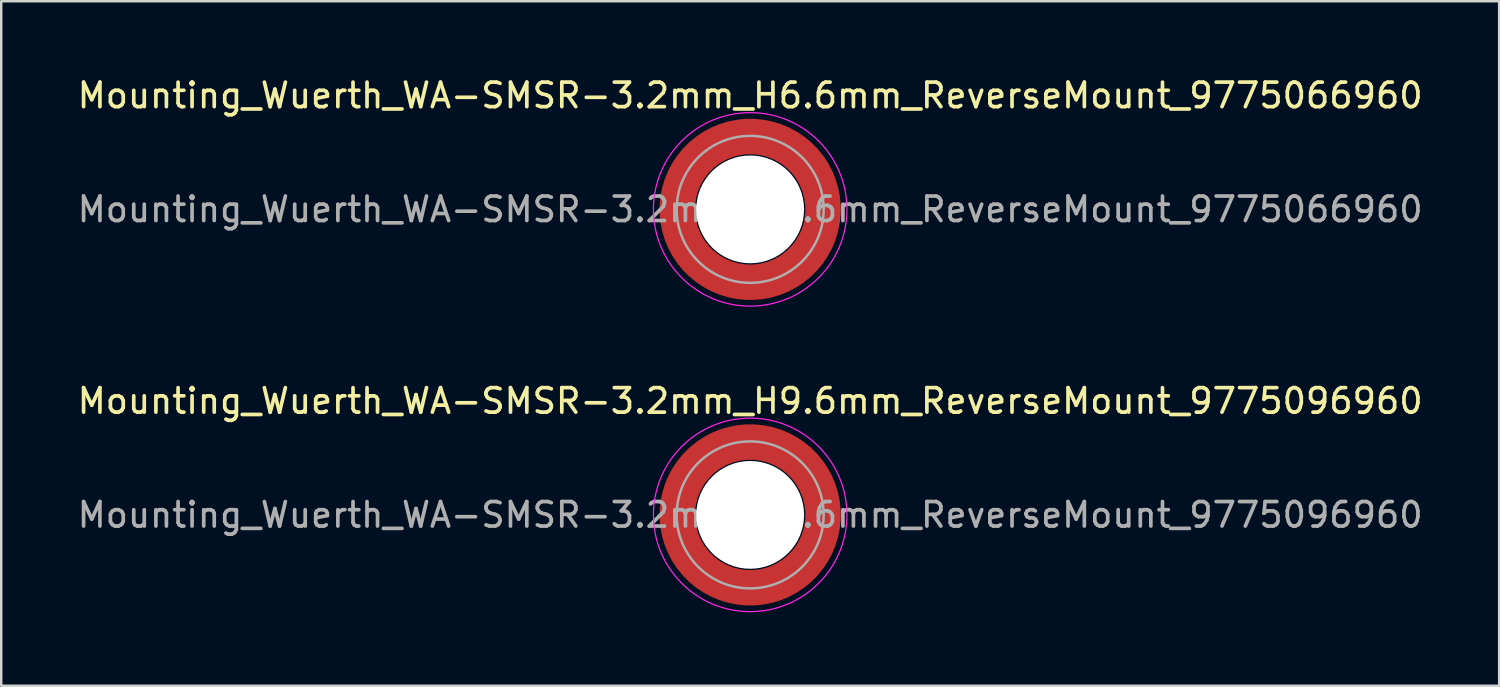
<source format=kicad_pcb>
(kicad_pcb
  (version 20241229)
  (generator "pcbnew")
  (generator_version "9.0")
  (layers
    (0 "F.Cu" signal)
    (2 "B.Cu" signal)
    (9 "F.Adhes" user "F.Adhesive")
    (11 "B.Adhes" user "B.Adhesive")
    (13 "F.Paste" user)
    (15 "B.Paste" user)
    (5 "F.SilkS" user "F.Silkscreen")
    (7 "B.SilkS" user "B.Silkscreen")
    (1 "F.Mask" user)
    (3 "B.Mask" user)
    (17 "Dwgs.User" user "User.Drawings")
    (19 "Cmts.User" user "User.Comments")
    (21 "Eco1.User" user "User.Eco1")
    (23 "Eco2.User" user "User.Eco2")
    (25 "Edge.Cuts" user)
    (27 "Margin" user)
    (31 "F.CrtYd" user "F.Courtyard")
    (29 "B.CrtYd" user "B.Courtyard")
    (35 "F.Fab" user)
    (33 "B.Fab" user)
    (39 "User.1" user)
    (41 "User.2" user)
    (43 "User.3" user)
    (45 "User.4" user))
  (footprint "Mounting_Wuerth_WA-SMSR-3.2mm_H9.6mm_ReverseMount_9775096960"
    (layer "F.Cu")
    (at 27.577 17.971)
    (property "Reference" "Mounting_Wuerth_WA-SMSR-3.2mm_H9.6mm_ReverseMount_9775096960" (at 0 -4.65 0) (layer "F.SilkS") (effects (font (size 1 1) (thickness 0.15))))
    (attr smd allow_soldermask_bridges)
    (fp_circle (center 0 0) (end 3.95 0) (stroke (width 0.05) (type solid)) (fill no) (layer "F.CrtYd"))
    (fp_circle (center 0 0) (end 3 0) (stroke (width 0.1) (type solid)) (fill no) (layer "F.Fab"))
    (fp_text user "${REFERENCE}" (at 0 0 0) (layer "F.Fab") (effects (font (size 1 1) (thickness 0.15))))
    (pad "" smd custom (at -2.095 -2.095) (size 0.672 0.672) (layers "F.Paste") (options (anchor circle)) (primitives (gr_arc (start -0.24231 1.594804) (mid 0.404819 0.404819) (end 1.594804 -0.24231) (width 0.2)) (gr_arc (start -0.3398 1.594804) (mid 0.337349 0.337349) (end 1.594804 -0.3398) (width 0.2)) (gr_arc (start -0.437132 1.594804) (mid 0.269879 0.269879) (end 1.594804 -0.437132) (width 0.2)) (gr_arc (start -0.534324 1.594804) (mid 0.202409 0.202409) (end 1.594804 -0.534324) (width 0.2)) (gr_arc (start -0.631391 1.594804) (mid 0.13494 0.13494) (end 1.594804 -0.631391) (width 0.2)) (gr_arc (start -0.728345 1.594804) (mid 0.06747 0.06747) (end 1.594804 -0.728345) (width 0.2)) (gr_arc (start -0.825197 1.594804) (mid 0 0) (end 1.594804 -0.825197) (width 0.2)) (gr_arc (start -0.921958 1.594804) (mid -0.06747 -0.06747) (end 1.594804 -0.921958) (width 0.2)) (gr_arc (start -1.018637 1.594804) (mid -0.13494 -0.13494) (end 1.594804 -1.018637) (width 0.2)) (gr_arc (start -1.115239 1.594804) (mid -0.202409 -0.202409) (end 1.594804 -1.115239) (width 0.2)) (gr_arc (start -1.211773 1.594804) (mid -0.269879 -0.269879) (end 1.594804 -1.211773) (width 0.2)) (gr_arc (start -1.308244 1.594804) (mid -0.337349 -0.337349) (end 1.594804 -1.308244) (width 0.2)) (gr_arc (start -1.404657 1.594804) (mid -0.404819 -0.404819) (end 1.594804 -1.404657) (width 0.2)) (gr_arc (start -1.404657 1.594804) (mid -0.404819 -0.404819) (end 1.594804 -1.404657) (width 0.2)) (gr_line (start 1.595 -0.242) (end 1.595 -1.405) (width 0.2)) (gr_line (start -0.242 1.595) (end -1.405 1.595) (width 0.2))))
    (pad "" smd custom (at -2.095 2.095) (size 0.672 0.672) (layers "F.Paste") (options (anchor circle)) (primitives (gr_arc (start 1.594804 0.24231) (mid 0.404819 -0.404819) (end -0.24231 -1.594804) (width 0.2)) (gr_arc (start 1.594804 0.3398) (mid 0.337349 -0.337349) (end -0.3398 -1.594804) (width 0.2)) (gr_arc (start 1.594804 0.437132) (mid 0.269879 -0.269879) (end -0.437132 -1.594804) (width 0.2)) (gr_arc (start 1.594804 0.534324) (mid 0.202409 -0.202409) (end -0.534324 -1.594804) (width 0.2)) (gr_arc (start 1.594804 0.631391) (mid 0.13494 -0.13494) (end -0.631391 -1.594804) (width 0.2)) (gr_arc (start 1.594804 0.728345) (mid 0.06747 -0.06747) (end -0.728345 -1.594804) (width 0.2)) (gr_arc (start 1.594804 0.825197) (mid 0 0) (end -0.825197 -1.594804) (width 0.2)) (gr_arc (start 1.594804 0.921958) (mid -0.06747 0.06747) (end -0.921958 -1.594804) (width 0.2)) (gr_arc (start 1.594804 1.018637) (mid -0.13494 0.13494) (end -1.018637 -1.594804) (width 0.2)) (gr_arc (start 1.594804 1.115239) (mid -0.202409 0.202409) (end -1.115239 -1.594804) (width 0.2)) (gr_arc (start 1.594804 1.211773) (mid -0.269879 0.269879) (end -1.211773 -1.594804) (width 0.2)) (gr_arc (start 1.594804 1.308244) (mid -0.337349 0.337349) (end -1.308244 -1.594804) (width 0.2)) (gr_arc (start 1.594804 1.404657) (mid -0.404819 0.404819) (end -1.404657 -1.594804) (width 0.2)) (gr_arc (start 1.594804 1.404657) (mid -0.404819 0.404819) (end -1.404657 -1.594804) (width 0.2)) (gr_line (start -0.242 -1.595) (end -1.405 -1.595) (width 0.2)) (gr_line (start 1.595 0.242) (end 1.595 1.405) (width 0.2))))
    (pad "" np_thru_hole circle (at 0 0) (size 4.4 4.4) (drill 4.4) (layers "*.Cu" "*.Mask"))
    (pad "" smd custom (at 2.095 -2.095) (size 0.672 0.672) (layers "F.Paste") (options (anchor circle)) (primitives (gr_arc (start -1.594804 -0.24231) (mid -0.404819 0.404819) (end 0.24231 1.594804) (width 0.2)) (gr_arc (start -1.594804 -0.3398) (mid -0.337349 0.337349) (end 0.3398 1.594804) (width 0.2)) (gr_arc (start -1.594804 -0.437132) (mid -0.269879 0.269879) (end 0.437132 1.594804) (width 0.2)) (gr_arc (start -1.594804 -0.534324) (mid -0.202409 0.202409) (end 0.534324 1.594804) (width 0.2)) (gr_arc (start -1.594804 -0.631391) (mid -0.13494 0.13494) (end 0.631391 1.594804) (width 0.2)) (gr_arc (start -1.594804 -0.728345) (mid -0.06747 0.06747) (end 0.728345 1.594804) (width 0.2)) (gr_arc (start -1.594804 -0.825197) (mid 0 0) (end 0.825197 1.594804) (width 0.2)) (gr_arc (start -1.594804 -0.921958) (mid 0.06747 -0.06747) (end 0.921958 1.594804) (width 0.2)) (gr_arc (start -1.594804 -1.018637) (mid 0.13494 -0.13494) (end 1.018637 1.594804) (width 0.2)) (gr_arc (start -1.594804 -1.115239) (mid 0.202409 -0.202409) (end 1.115239 1.594804) (width 0.2)) (gr_arc (start -1.594804 -1.211773) (mid 0.269879 -0.269879) (end 1.211773 1.594804) (width 0.2)) (gr_arc (start -1.594804 -1.308244) (mid 0.337349 -0.337349) (end 1.308244 1.594804) (width 0.2)) (gr_arc (start -1.594804 -1.404657) (mid 0.404819 -0.404819) (end 1.404657 1.594804) (width 0.2)) (gr_arc (start -1.594804 -1.404657) (mid 0.404819 -0.404819) (end 1.404657 1.594804) (width 0.2)) (gr_line (start 0.242 1.595) (end 1.405 1.595) (width 0.2)) (gr_line (start -1.595 -0.242) (end -1.595 -1.405) (width 0.2))))
    (pad "" smd custom (at 2.095 2.095) (size 0.672 0.672) (layers "F.Paste") (options (anchor circle)) (primitives (gr_arc (start 0.24231 -1.594804) (mid -0.404819 -0.404819) (end -1.594804 0.24231) (width 0.2)) (gr_arc (start 0.3398 -1.594804) (mid -0.337349 -0.337349) (end -1.594804 0.3398) (width 0.2)) (gr_arc (start 0.437132 -1.594804) (mid -0.269879 -0.269879) (end -1.594804 0.437132) (width 0.2)) (gr_arc (start 0.534324 -1.594804) (mid -0.202409 -0.202409) (end -1.594804 0.534324) (width 0.2)) (gr_arc (start 0.631391 -1.594804) (mid -0.13494 -0.13494) (end -1.594804 0.631391) (width 0.2)) (gr_arc (start 0.728345 -1.594804) (mid -0.06747 -0.06747) (end -1.594804 0.728345) (width 0.2)) (gr_arc (start 0.825197 -1.594804) (mid 0 0) (end -1.594804 0.825197) (width 0.2)) (gr_arc (start 0.921958 -1.594804) (mid 0.06747 0.06747) (end -1.594804 0.921958) (width 0.2)) (gr_arc (start 1.018637 -1.594804) (mid 0.13494 0.13494) (end -1.594804 1.018637) (width 0.2)) (gr_arc (start 1.115239 -1.594804) (mid 0.202409 0.202409) (end -1.594804 1.115239) (width 0.2)) (gr_arc (start 1.211773 -1.594804) (mid 0.269879 0.269879) (end -1.594804 1.211773) (width 0.2)) (gr_arc (start 1.308244 -1.594804) (mid 0.337349 0.337349) (end -1.594804 1.308244) (width 0.2)) (gr_arc (start 1.404657 -1.594804) (mid 0.404819 0.404819) (end -1.594804 1.404657) (width 0.2)) (gr_arc (start 1.404657 -1.594804) (mid 0.404819 0.404819) (end -1.594804 1.404657) (width 0.2)) (gr_line (start -1.595 0.242) (end -1.595 1.405) (width 0.2)) (gr_line (start 0.242 -1.595) (end 1.405 -1.595) (width 0.2))))
    (pad "1" smd circle (at -2.975 0) (size 0.942 0.942) (layers "F.Cu"))
    (pad "1" smd circle (at 0 -2.975) (size 0.942 0.942) (layers "F.Cu"))
    (pad "1" smd circle (at 0 2.975) (size 0.942 0.942) (layers "F.Cu"))
    (pad "1" smd custom (at 2.975 0) (size 1.45 1.45) (layers "F.Cu" "F.Mask") (options (anchor circle)) (primitives (gr_circle (center -2.975 0) (end 0 0) (width 1.45) (fill no)))))
  (footprint "Mounting_Wuerth_WA-SMSR-3.2mm_H6.6mm_ReverseMount_9775066960"
    (layer "F.Cu")
    (at 27.577 5.498)
    (property "Reference" "Mounting_Wuerth_WA-SMSR-3.2mm_H6.6mm_ReverseMount_9775066960" (at 0 -4.65 0) (layer "F.SilkS") (effects (font (size 1 1) (thickness 0.15))))
    (attr smd allow_soldermask_bridges)
    (fp_circle (center 0 0) (end 3.95 0) (stroke (width 0.05) (type solid)) (fill no) (layer "F.CrtYd"))
    (fp_circle (center 0 0) (end 3 0) (stroke (width 0.1) (type solid)) (fill no) (layer "F.Fab"))
    (fp_text user "${REFERENCE}" (at 0 0 0) (layer "F.Fab") (effects (font (size 1 1) (thickness 0.15))))
    (pad "" smd custom (at -2.095 -2.095) (size 0.672 0.672) (layers "F.Paste") (options (anchor circle)) (primitives (gr_arc (start -0.24231 1.594804) (mid 0.404819 0.404819) (end 1.594804 -0.24231) (width 0.2)) (gr_arc (start -0.3398 1.594804) (mid 0.337349 0.337349) (end 1.594804 -0.3398) (width 0.2)) (gr_arc (start -0.437132 1.594804) (mid 0.269879 0.269879) (end 1.594804 -0.437132) (width 0.2)) (gr_arc (start -0.534324 1.594804) (mid 0.202409 0.202409) (end 1.594804 -0.534324) (width 0.2)) (gr_arc (start -0.631391 1.594804) (mid 0.13494 0.13494) (end 1.594804 -0.631391) (width 0.2)) (gr_arc (start -0.728345 1.594804) (mid 0.06747 0.06747) (end 1.594804 -0.728345) (width 0.2)) (gr_arc (start -0.825197 1.594804) (mid 0 0) (end 1.594804 -0.825197) (width 0.2)) (gr_arc (start -0.921958 1.594804) (mid -0.06747 -0.06747) (end 1.594804 -0.921958) (width 0.2)) (gr_arc (start -1.018637 1.594804) (mid -0.13494 -0.13494) (end 1.594804 -1.018637) (width 0.2)) (gr_arc (start -1.115239 1.594804) (mid -0.202409 -0.202409) (end 1.594804 -1.115239) (width 0.2)) (gr_arc (start -1.211773 1.594804) (mid -0.269879 -0.269879) (end 1.594804 -1.211773) (width 0.2)) (gr_arc (start -1.308244 1.594804) (mid -0.337349 -0.337349) (end 1.594804 -1.308244) (width 0.2)) (gr_arc (start -1.404657 1.594804) (mid -0.404819 -0.404819) (end 1.594804 -1.404657) (width 0.2)) (gr_arc (start -1.404657 1.594804) (mid -0.404819 -0.404819) (end 1.594804 -1.404657) (width 0.2)) (gr_line (start 1.595 -0.242) (end 1.595 -1.405) (width 0.2)) (gr_line (start -0.242 1.595) (end -1.405 1.595) (width 0.2))))
    (pad "" smd custom (at -2.095 2.095) (size 0.672 0.672) (layers "F.Paste") (options (anchor circle)) (primitives (gr_arc (start 1.594804 0.24231) (mid 0.404819 -0.404819) (end -0.24231 -1.594804) (width 0.2)) (gr_arc (start 1.594804 0.3398) (mid 0.337349 -0.337349) (end -0.3398 -1.594804) (width 0.2)) (gr_arc (start 1.594804 0.437132) (mid 0.269879 -0.269879) (end -0.437132 -1.594804) (width 0.2)) (gr_arc (start 1.594804 0.534324) (mid 0.202409 -0.202409) (end -0.534324 -1.594804) (width 0.2)) (gr_arc (start 1.594804 0.631391) (mid 0.13494 -0.13494) (end -0.631391 -1.594804) (width 0.2)) (gr_arc (start 1.594804 0.728345) (mid 0.06747 -0.06747) (end -0.728345 -1.594804) (width 0.2)) (gr_arc (start 1.594804 0.825197) (mid 0 0) (end -0.825197 -1.594804) (width 0.2)) (gr_arc (start 1.594804 0.921958) (mid -0.06747 0.06747) (end -0.921958 -1.594804) (width 0.2)) (gr_arc (start 1.594804 1.018637) (mid -0.13494 0.13494) (end -1.018637 -1.594804) (width 0.2)) (gr_arc (start 1.594804 1.115239) (mid -0.202409 0.202409) (end -1.115239 -1.594804) (width 0.2)) (gr_arc (start 1.594804 1.211773) (mid -0.269879 0.269879) (end -1.211773 -1.594804) (width 0.2)) (gr_arc (start 1.594804 1.308244) (mid -0.337349 0.337349) (end -1.308244 -1.594804) (width 0.2)) (gr_arc (start 1.594804 1.404657) (mid -0.404819 0.404819) (end -1.404657 -1.594804) (width 0.2)) (gr_arc (start 1.594804 1.404657) (mid -0.404819 0.404819) (end -1.404657 -1.594804) (width 0.2)) (gr_line (start -0.242 -1.595) (end -1.405 -1.595) (width 0.2)) (gr_line (start 1.595 0.242) (end 1.595 1.405) (width 0.2))))
    (pad "" np_thru_hole circle (at 0 0) (size 4.4 4.4) (drill 4.4) (layers "*.Cu" "*.Mask"))
    (pad "" smd custom (at 2.095 -2.095) (size 0.672 0.672) (layers "F.Paste") (options (anchor circle)) (primitives (gr_arc (start -1.594804 -0.24231) (mid -0.404819 0.404819) (end 0.24231 1.594804) (width 0.2)) (gr_arc (start -1.594804 -0.3398) (mid -0.337349 0.337349) (end 0.3398 1.594804) (width 0.2)) (gr_arc (start -1.594804 -0.437132) (mid -0.269879 0.269879) (end 0.437132 1.594804) (width 0.2)) (gr_arc (start -1.594804 -0.534324) (mid -0.202409 0.202409) (end 0.534324 1.594804) (width 0.2)) (gr_arc (start -1.594804 -0.631391) (mid -0.13494 0.13494) (end 0.631391 1.594804) (width 0.2)) (gr_arc (start -1.594804 -0.728345) (mid -0.06747 0.06747) (end 0.728345 1.594804) (width 0.2)) (gr_arc (start -1.594804 -0.825197) (mid 0 0) (end 0.825197 1.594804) (width 0.2)) (gr_arc (start -1.594804 -0.921958) (mid 0.06747 -0.06747) (end 0.921958 1.594804) (width 0.2)) (gr_arc (start -1.594804 -1.018637) (mid 0.13494 -0.13494) (end 1.018637 1.594804) (width 0.2)) (gr_arc (start -1.594804 -1.115239) (mid 0.202409 -0.202409) (end 1.115239 1.594804) (width 0.2)) (gr_arc (start -1.594804 -1.211773) (mid 0.269879 -0.269879) (end 1.211773 1.594804) (width 0.2)) (gr_arc (start -1.594804 -1.308244) (mid 0.337349 -0.337349) (end 1.308244 1.594804) (width 0.2)) (gr_arc (start -1.594804 -1.404657) (mid 0.404819 -0.404819) (end 1.404657 1.594804) (width 0.2)) (gr_arc (start -1.594804 -1.404657) (mid 0.404819 -0.404819) (end 1.404657 1.594804) (width 0.2)) (gr_line (start 0.242 1.595) (end 1.405 1.595) (width 0.2)) (gr_line (start -1.595 -0.242) (end -1.595 -1.405) (width 0.2))))
    (pad "" smd custom (at 2.095 2.095) (size 0.672 0.672) (layers "F.Paste") (options (anchor circle)) (primitives (gr_arc (start 0.24231 -1.594804) (mid -0.404819 -0.404819) (end -1.594804 0.24231) (width 0.2)) (gr_arc (start 0.3398 -1.594804) (mid -0.337349 -0.337349) (end -1.594804 0.3398) (width 0.2)) (gr_arc (start 0.437132 -1.594804) (mid -0.269879 -0.269879) (end -1.594804 0.437132) (width 0.2)) (gr_arc (start 0.534324 -1.594804) (mid -0.202409 -0.202409) (end -1.594804 0.534324) (width 0.2)) (gr_arc (start 0.631391 -1.594804) (mid -0.13494 -0.13494) (end -1.594804 0.631391) (width 0.2)) (gr_arc (start 0.728345 -1.594804) (mid -0.06747 -0.06747) (end -1.594804 0.728345) (width 0.2)) (gr_arc (start 0.825197 -1.594804) (mid 0 0) (end -1.594804 0.825197) (width 0.2)) (gr_arc (start 0.921958 -1.594804) (mid 0.06747 0.06747) (end -1.594804 0.921958) (width 0.2)) (gr_arc (start 1.018637 -1.594804) (mid 0.13494 0.13494) (end -1.594804 1.018637) (width 0.2)) (gr_arc (start 1.115239 -1.594804) (mid 0.202409 0.202409) (end -1.594804 1.115239) (width 0.2)) (gr_arc (start 1.211773 -1.594804) (mid 0.269879 0.269879) (end -1.594804 1.211773) (width 0.2)) (gr_arc (start 1.308244 -1.594804) (mid 0.337349 0.337349) (end -1.594804 1.308244) (width 0.2)) (gr_arc (start 1.404657 -1.594804) (mid 0.404819 0.404819) (end -1.594804 1.404657) (width 0.2)) (gr_arc (start 1.404657 -1.594804) (mid 0.404819 0.404819) (end -1.594804 1.404657) (width 0.2)) (gr_line (start -1.595 0.242) (end -1.595 1.405) (width 0.2)) (gr_line (start 0.242 -1.595) (end 1.405 -1.595) (width 0.2))))
    (pad "1" smd circle (at -2.975 0) (size 0.942 0.942) (layers "F.Cu"))
    (pad "1" smd circle (at 0 -2.975) (size 0.942 0.942) (layers "F.Cu"))
    (pad "1" smd circle (at 0 2.975) (size 0.942 0.942) (layers "F.Cu"))
    (pad "1" smd custom (at 2.975 0) (size 1.45 1.45) (layers "F.Cu" "F.Mask") (options (anchor circle)) (primitives (gr_circle (center -2.975 0) (end 0 0) (width 1.45) (fill no)))))
  (gr_rect
    (start -3 -3)
    (end 58.155 24.947)
    (stroke (width 0.1) (type default))
    (fill no)
    (layer "Edge.Cuts")))
</source>
